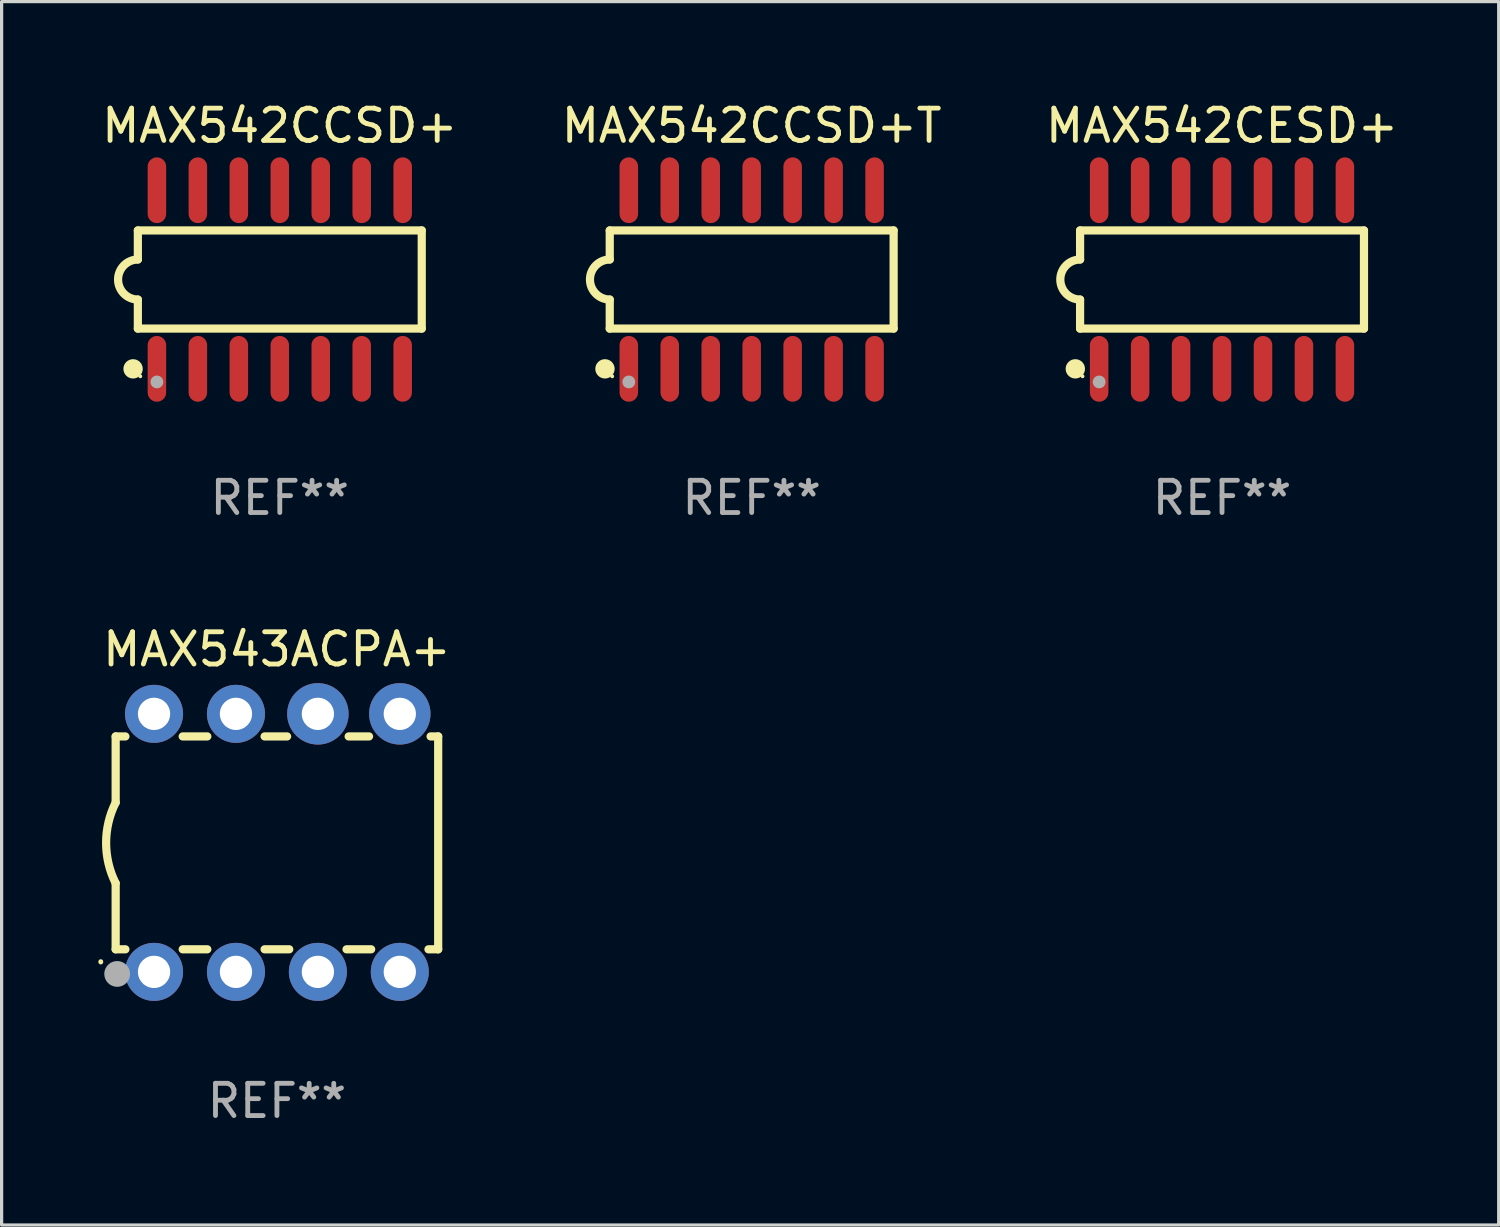
<source format=kicad_pcb>
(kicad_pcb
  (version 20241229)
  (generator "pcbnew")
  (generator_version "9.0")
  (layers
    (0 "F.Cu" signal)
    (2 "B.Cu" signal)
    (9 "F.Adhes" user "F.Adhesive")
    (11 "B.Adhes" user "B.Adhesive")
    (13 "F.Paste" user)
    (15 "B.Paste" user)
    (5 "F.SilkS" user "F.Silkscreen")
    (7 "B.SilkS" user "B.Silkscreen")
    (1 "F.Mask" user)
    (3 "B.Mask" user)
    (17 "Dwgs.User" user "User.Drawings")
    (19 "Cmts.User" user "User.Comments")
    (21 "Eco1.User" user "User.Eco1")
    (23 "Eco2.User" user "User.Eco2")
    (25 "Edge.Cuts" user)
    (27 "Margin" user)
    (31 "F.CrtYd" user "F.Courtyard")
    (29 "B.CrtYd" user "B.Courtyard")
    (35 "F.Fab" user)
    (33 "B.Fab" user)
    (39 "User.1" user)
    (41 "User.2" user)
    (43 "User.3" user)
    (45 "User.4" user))
  (footprint "MAX542CCSD+T"
    (layer "F.Cu")
    (at 20.256 5.617)
    (property "Reference" "MAX542CCSD+T" (at 0 -4.769 0) (layer "F.SilkS") (effects (font (size 1 1) (thickness 0.15))))
    (attr through_hole)
    (fp_line (start -4.401 -1.522) (end -4.401 -0.622) (stroke (width 0.254) (type solid)) (layer "F.SilkS"))
    (fp_line (start -4.401 -1.522) (end 4.401 -1.522) (stroke (width 0.254) (type solid)) (layer "F.SilkS"))
    (fp_line (start -4.401 1.521) (end -4.401 0.621) (stroke (width 0.254) (type solid)) (layer "F.SilkS"))
    (fp_line (start 4.401 -1.522) (end 4.401 1.521) (stroke (width 0.254) (type solid)) (layer "F.SilkS"))
    (fp_line (start 4.401 1.521) (end -4.401 1.521) (stroke (width 0.254) (type solid)) (layer "F.SilkS"))
    (fp_arc (start -4.401219 0.621311) (mid -5.021261 -0.000419) (end -4.400101 -0.621032) (stroke (width 0.254001) (type solid)) (layer "F.SilkS"))
    (fp_circle (center -4.549 2.769) (end -4.399 2.769) (stroke (width 0.3) (type solid)) (fill no) (layer "F.SilkS"))
    (fp_circle (center -4.325 3) (end -4.295 3) (stroke (width 0.06) (type solid)) (fill no) (layer "F.SilkS"))
    (fp_circle (center -3.81 3.175) (end -3.71 3.175) (stroke (width 0.2) (type solid)) (fill no) (layer "F.Fab"))
    (fp_text user "REF**" (at 0 6.769 0) (layer "F.Fab") (effects (font (size 1 1) (thickness 0.15))))
    (pad "1" smd oval (at -3.81 2.769) (size 0.574 2.038) (layers "F.Cu" "F.Mask" "F.Paste"))
    (pad "2" smd oval (at -2.54 2.769) (size 0.574 2.038) (layers "F.Cu" "F.Mask" "F.Paste"))
    (pad "3" smd oval (at -1.27 2.769) (size 0.574 2.038) (layers "F.Cu" "F.Mask" "F.Paste"))
    (pad "4" smd oval (at -0.000051 2.769) (size 0.574 2.038) (layers "F.Cu" "F.Mask" "F.Paste"))
    (pad "5" smd oval (at 1.27 2.769) (size 0.574 2.038) (layers "F.Cu" "F.Mask" "F.Paste"))
    (pad "6" smd oval (at 2.54 2.769) (size 0.574 2.038) (layers "F.Cu" "F.Mask" "F.Paste"))
    (pad "7" smd oval (at 3.81 2.769) (size 0.574 2.038) (layers "F.Cu" "F.Mask" "F.Paste"))
    (pad "8" smd oval (at 3.81 -2.769) (size 0.574 2.038) (layers "F.Cu" "F.Mask" "F.Paste"))
    (pad "9" smd oval (at 2.54 -2.769) (size 0.574 2.038) (layers "F.Cu" "F.Mask" "F.Paste"))
    (pad "10" smd oval (at 1.27 -2.769) (size 0.574 2.038) (layers "F.Cu" "F.Mask" "F.Paste"))
    (pad "11" smd oval (at -0.000051 -2.769) (size 0.574 2.038) (layers "F.Cu" "F.Mask" "F.Paste"))
    (pad "12" smd oval (at -1.27 -2.769) (size 0.574 2.038) (layers "F.Cu" "F.Mask" "F.Paste"))
    (pad "13" smd oval (at -2.54 -2.769) (size 0.574 2.038) (layers "F.Cu" "F.Mask" "F.Paste"))
    (pad "14" smd oval (at -3.81 -2.769) (size 0.574 2.038) (layers "F.Cu" "F.Mask" "F.Paste")))
  (footprint "MAX542CESD+"
    (layer "F.Cu")
    (at 34.839 5.617)
    (property "Reference" "MAX542CESD+" (at 0 -4.769 0) (layer "F.SilkS") (effects (font (size 1 1) (thickness 0.15))))
    (attr through_hole)
    (fp_line (start -4.401 -1.522) (end -4.401 -0.622) (stroke (width 0.254) (type solid)) (layer "F.SilkS"))
    (fp_line (start -4.401 -1.522) (end 4.401 -1.522) (stroke (width 0.254) (type solid)) (layer "F.SilkS"))
    (fp_line (start -4.401 1.521) (end -4.401 0.621) (stroke (width 0.254) (type solid)) (layer "F.SilkS"))
    (fp_line (start 4.401 -1.522) (end 4.401 1.521) (stroke (width 0.254) (type solid)) (layer "F.SilkS"))
    (fp_line (start 4.401 1.521) (end -4.401 1.521) (stroke (width 0.254) (type solid)) (layer "F.SilkS"))
    (fp_arc (start -4.401219 0.621311) (mid -5.021261 -0.000419) (end -4.400101 -0.621032) (stroke (width 0.254001) (type solid)) (layer "F.SilkS"))
    (fp_circle (center -4.549 2.769) (end -4.399 2.769) (stroke (width 0.3) (type solid)) (fill no) (layer "F.SilkS"))
    (fp_circle (center -4.325 3) (end -4.295 3) (stroke (width 0.06) (type solid)) (fill no) (layer "F.SilkS"))
    (fp_circle (center -3.81 3.175) (end -3.71 3.175) (stroke (width 0.2) (type solid)) (fill no) (layer "F.Fab"))
    (fp_text user "REF**" (at 0 6.769 0) (layer "F.Fab") (effects (font (size 1 1) (thickness 0.15))))
    (pad "1" smd oval (at -3.81 2.769) (size 0.574 2.038) (layers "F.Cu" "F.Mask" "F.Paste"))
    (pad "2" smd oval (at -2.54 2.769) (size 0.574 2.038) (layers "F.Cu" "F.Mask" "F.Paste"))
    (pad "3" smd oval (at -1.27 2.769) (size 0.574 2.038) (layers "F.Cu" "F.Mask" "F.Paste"))
    (pad "4" smd oval (at -0.000051 2.769) (size 0.574 2.038) (layers "F.Cu" "F.Mask" "F.Paste"))
    (pad "5" smd oval (at 1.27 2.769) (size 0.574 2.038) (layers "F.Cu" "F.Mask" "F.Paste"))
    (pad "6" smd oval (at 2.54 2.769) (size 0.574 2.038) (layers "F.Cu" "F.Mask" "F.Paste"))
    (pad "7" smd oval (at 3.81 2.769) (size 0.574 2.038) (layers "F.Cu" "F.Mask" "F.Paste"))
    (pad "8" smd oval (at 3.81 -2.769) (size 0.574 2.038) (layers "F.Cu" "F.Mask" "F.Paste"))
    (pad "9" smd oval (at 2.54 -2.769) (size 0.574 2.038) (layers "F.Cu" "F.Mask" "F.Paste"))
    (pad "10" smd oval (at 1.27 -2.769) (size 0.574 2.038) (layers "F.Cu" "F.Mask" "F.Paste"))
    (pad "11" smd oval (at -0.000051 -2.769) (size 0.574 2.038) (layers "F.Cu" "F.Mask" "F.Paste"))
    (pad "12" smd oval (at -1.27 -2.769) (size 0.574 2.038) (layers "F.Cu" "F.Mask" "F.Paste"))
    (pad "13" smd oval (at -2.54 -2.769) (size 0.574 2.038) (layers "F.Cu" "F.Mask" "F.Paste"))
    (pad "14" smd oval (at -3.81 -2.769) (size 0.574 2.038) (layers "F.Cu" "F.Mask" "F.Paste")))
  (footprint "MAX543ACPA+"
    (layer "F.Cu")
    (at 5.536 23.083)
    (property "Reference" "MAX543ACPA+" (at 0 -6 0) (layer "F.SilkS") (effects (font (size 1 1) (thickness 0.15))))
    (attr through_hole)
    (fp_line (start -5 -3.3) (end -5 -1.25) (stroke (width 0.254) (type solid)) (layer "F.SilkS"))
    (fp_line (start -5 -3.3) (end -4.698 -3.3) (stroke (width 0.254) (type solid)) (layer "F.SilkS"))
    (fp_line (start -5 3.3) (end -5 1.25) (stroke (width 0.254) (type solid)) (layer "F.SilkS"))
    (fp_line (start -5 3.3) (end -4.698 3.3) (stroke (width 0.254) (type solid)) (layer "F.SilkS"))
    (fp_line (start -2.922 -3.3) (end -2.158 -3.3) (stroke (width 0.254) (type solid)) (layer "F.SilkS"))
    (fp_line (start -2.922 3.3) (end -2.158 3.3) (stroke (width 0.254) (type solid)) (layer "F.SilkS"))
    (fp_line (start -0.382 -3.3) (end 0.316 -3.3) (stroke (width 0.254) (type solid)) (layer "F.SilkS"))
    (fp_line (start -0.382 3.3) (end 0.382 3.3) (stroke (width 0.254) (type solid)) (layer "F.SilkS"))
    (fp_line (start 2.158 3.3) (end 2.922 3.3) (stroke (width 0.254) (type solid)) (layer "F.SilkS"))
    (fp_line (start 2.224 -3.3) (end 2.856 -3.3) (stroke (width 0.254) (type solid)) (layer "F.SilkS"))
    (fp_line (start 4.698 3.3) (end 5 3.3) (stroke (width 0.254) (type solid)) (layer "F.SilkS"))
    (fp_line (start 4.764 -3.3) (end 5 -3.3) (stroke (width 0.254) (type solid)) (layer "F.SilkS"))
    (fp_line (start 5 -3.3) (end 5 3.3) (stroke (width 0.254) (type solid)) (layer "F.SilkS"))
    (fp_arc (start -5.46124 3.694259) (mid -5.461175 3.688632) (end -5.460986 3.683007) (stroke (width 0.149987) (type solid)) (layer "F.SilkS"))
    (fp_arc (start -5.00127 1.249682) (mid -5.295892 -0.000313) (end -5.000025 -1.250013) (stroke (width 0.254001) (type solid)) (layer "F.SilkS"))
    (fp_circle (center -4.795 4.237) (end -4.765 4.237) (stroke (width 0.06) (type solid)) (fill no) (layer "F.SilkS"))
    (fp_circle (center -4.953 4.064) (end -4.753 4.064) (stroke (width 0.4) (type solid)) (fill no) (layer "F.Fab"))
    (fp_text user "REF**" (at 0 8 0) (layer "F.Fab") (effects (font (size 1 1) (thickness 0.15))))
    (pad "1" thru_hole circle (at -3.81 4) (size 1.8 1.8) (drill 1) (layers "*.Cu" "*.Mask"))
    (pad "2" thru_hole circle (at -1.27 4) (size 1.8 1.8) (drill 1) (layers "*.Cu" "*.Mask"))
    (pad "3" thru_hole circle (at 1.27 4) (size 1.8 1.8) (drill 1) (layers "*.Cu" "*.Mask"))
    (pad "4" thru_hole circle (at 3.81 4) (size 1.8 1.8) (drill 1) (layers "*.Cu" "*.Mask"))
    (pad "5" thru_hole circle (at 3.81 -4) (size 1.905 1.905) (drill 1) (layers "*.Cu" "*.Mask"))
    (pad "6" thru_hole circle (at 1.27 -4) (size 1.905 1.905) (drill 1) (layers "*.Cu" "*.Mask"))
    (pad "7" thru_hole circle (at -1.27 -4) (size 1.8 1.8) (drill 1) (layers "*.Cu" "*.Mask"))
    (pad "8" thru_hole circle (at -3.81 -4) (size 1.8 1.8) (drill 1) (layers "*.Cu" "*.Mask")))
  (footprint "MAX542CCSD+"
    (layer "F.Cu")
    (at 5.625 5.617)
    (property "Reference" "MAX542CCSD+" (at 0 -4.769 0) (layer "F.SilkS") (effects (font (size 1 1) (thickness 0.15))))
    (attr through_hole)
    (fp_line (start -4.401 -1.522) (end -4.401 -0.622) (stroke (width 0.254) (type solid)) (layer "F.SilkS"))
    (fp_line (start -4.401 -1.522) (end 4.401 -1.522) (stroke (width 0.254) (type solid)) (layer "F.SilkS"))
    (fp_line (start -4.401 1.521) (end -4.401 0.621) (stroke (width 0.254) (type solid)) (layer "F.SilkS"))
    (fp_line (start 4.401 -1.522) (end 4.401 1.521) (stroke (width 0.254) (type solid)) (layer "F.SilkS"))
    (fp_line (start 4.401 1.521) (end -4.401 1.521) (stroke (width 0.254) (type solid)) (layer "F.SilkS"))
    (fp_arc (start -4.401219 0.621311) (mid -5.021261 -0.000419) (end -4.400101 -0.621032) (stroke (width 0.254001) (type solid)) (layer "F.SilkS"))
    (fp_circle (center -4.549 2.769) (end -4.399 2.769) (stroke (width 0.3) (type solid)) (fill no) (layer "F.SilkS"))
    (fp_circle (center -4.325 3) (end -4.295 3) (stroke (width 0.06) (type solid)) (fill no) (layer "F.SilkS"))
    (fp_circle (center -3.81 3.175) (end -3.71 3.175) (stroke (width 0.2) (type solid)) (fill no) (layer "F.Fab"))
    (fp_text user "REF**" (at 0 6.769 0) (layer "F.Fab") (effects (font (size 1 1) (thickness 0.15))))
    (pad "1" smd oval (at -3.81 2.769) (size 0.574 2.038) (layers "F.Cu" "F.Mask" "F.Paste"))
    (pad "2" smd oval (at -2.54 2.769) (size 0.574 2.038) (layers "F.Cu" "F.Mask" "F.Paste"))
    (pad "3" smd oval (at -1.27 2.769) (size 0.574 2.038) (layers "F.Cu" "F.Mask" "F.Paste"))
    (pad "4" smd oval (at -0.000051 2.769) (size 0.574 2.038) (layers "F.Cu" "F.Mask" "F.Paste"))
    (pad "5" smd oval (at 1.27 2.769) (size 0.574 2.038) (layers "F.Cu" "F.Mask" "F.Paste"))
    (pad "6" smd oval (at 2.54 2.769) (size 0.574 2.038) (layers "F.Cu" "F.Mask" "F.Paste"))
    (pad "7" smd oval (at 3.81 2.769) (size 0.574 2.038) (layers "F.Cu" "F.Mask" "F.Paste"))
    (pad "8" smd oval (at 3.81 -2.769) (size 0.574 2.038) (layers "F.Cu" "F.Mask" "F.Paste"))
    (pad "9" smd oval (at 2.54 -2.769) (size 0.574 2.038) (layers "F.Cu" "F.Mask" "F.Paste"))
    (pad "10" smd oval (at 1.27 -2.769) (size 0.574 2.038) (layers "F.Cu" "F.Mask" "F.Paste"))
    (pad "11" smd oval (at -0.000051 -2.769) (size 0.574 2.038) (layers "F.Cu" "F.Mask" "F.Paste"))
    (pad "12" smd oval (at -1.27 -2.769) (size 0.574 2.038) (layers "F.Cu" "F.Mask" "F.Paste"))
    (pad "13" smd oval (at -2.54 -2.769) (size 0.574 2.038) (layers "F.Cu" "F.Mask" "F.Paste"))
    (pad "14" smd oval (at -3.81 -2.769) (size 0.574 2.038) (layers "F.Cu" "F.Mask" "F.Paste")))
  (gr_rect
    (start -3 -3)
    (end 43.417 34.931)
    (stroke (width 0.1) (type default))
    (fill no)
    (layer "Edge.Cuts")))
</source>
